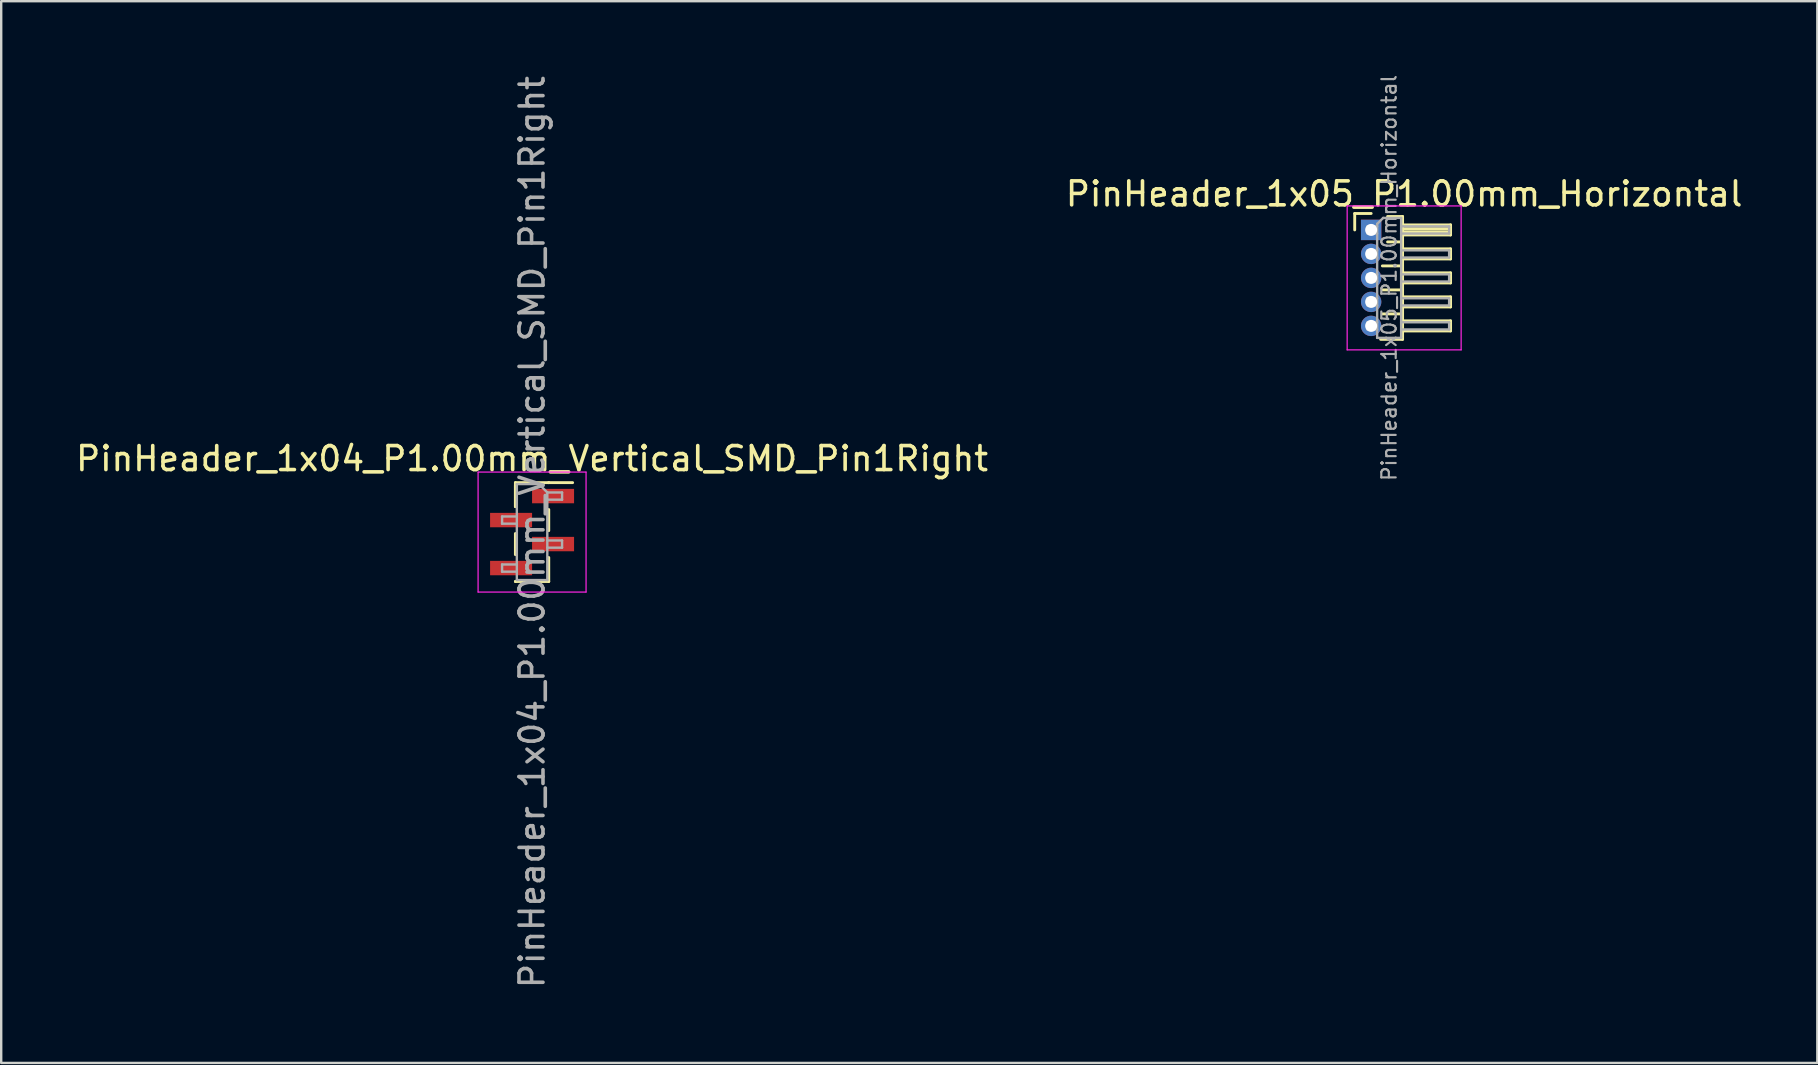
<source format=kicad_pcb>
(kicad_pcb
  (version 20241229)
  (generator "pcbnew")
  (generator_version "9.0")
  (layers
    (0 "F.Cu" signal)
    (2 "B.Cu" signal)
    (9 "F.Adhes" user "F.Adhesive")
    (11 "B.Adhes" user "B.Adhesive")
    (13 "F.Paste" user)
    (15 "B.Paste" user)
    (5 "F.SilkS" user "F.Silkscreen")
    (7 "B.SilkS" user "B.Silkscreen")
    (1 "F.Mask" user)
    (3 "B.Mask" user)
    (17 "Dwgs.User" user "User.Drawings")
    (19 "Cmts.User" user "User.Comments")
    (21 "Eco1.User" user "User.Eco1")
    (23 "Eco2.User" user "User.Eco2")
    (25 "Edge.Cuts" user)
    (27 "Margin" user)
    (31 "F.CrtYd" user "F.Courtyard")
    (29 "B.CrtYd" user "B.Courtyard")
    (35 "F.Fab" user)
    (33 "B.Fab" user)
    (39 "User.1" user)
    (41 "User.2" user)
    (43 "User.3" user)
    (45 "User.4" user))
  (footprint "PinHeader_1x05_P1.00mm_Horizontal"
    (layer "F.Cu")
    (at 54.095 6.532)
    (property "Reference" "PinHeader_1x05_P1.00mm_Horizontal" (at 1.375 -1.5 0) (layer "F.SilkS") (effects (font (size 1 1) (thickness 0.15))))
    (attr through_hole)
    (fp_line (start -0.685 -0.685) (end 0 -0.685) (stroke (width 0.12) (type solid)) (layer "F.SilkS"))
    (fp_line (start -0.685 0) (end -0.685 -0.685) (stroke (width 0.12) (type solid)) (layer "F.SilkS"))
    (fp_line (start 0.468 1.5) (end 1.31 1.5) (stroke (width 0.12) (type solid)) (layer "F.SilkS"))
    (fp_line (start 0.468 2.5) (end 1.31 2.5) (stroke (width 0.12) (type solid)) (layer "F.SilkS"))
    (fp_line (start 0.468 3.5) (end 1.31 3.5) (stroke (width 0.12) (type solid)) (layer "F.SilkS"))
    (fp_line (start 0.685 -0.56) (end 1.31 -0.56) (stroke (width 0.12) (type solid)) (layer "F.SilkS"))
    (fp_line (start 0.685 0.5) (end 1.31 0.5) (stroke (width 0.12) (type solid)) (layer "F.SilkS"))
    (fp_line (start 1.31 -0.56) (end 1.31 4.56) (stroke (width 0.12) (type solid)) (layer "F.SilkS"))
    (fp_line (start 1.31 -0.21) (end 3.31 -0.21) (stroke (width 0.12) (type solid)) (layer "F.SilkS"))
    (fp_line (start 1.31 -0.15) (end 3.31 -0.15) (stroke (width 0.12) (type solid)) (layer "F.SilkS"))
    (fp_line (start 1.31 -0.03) (end 3.31 -0.03) (stroke (width 0.12) (type solid)) (layer "F.SilkS"))
    (fp_line (start 1.31 0.09) (end 3.31 0.09) (stroke (width 0.12) (type solid)) (layer "F.SilkS"))
    (fp_line (start 1.31 0.79) (end 3.31 0.79) (stroke (width 0.12) (type solid)) (layer "F.SilkS"))
    (fp_line (start 1.31 1.79) (end 3.31 1.79) (stroke (width 0.12) (type solid)) (layer "F.SilkS"))
    (fp_line (start 1.31 2.79) (end 3.31 2.79) (stroke (width 0.12) (type solid)) (layer "F.SilkS"))
    (fp_line (start 1.31 3.79) (end 3.31 3.79) (stroke (width 0.12) (type solid)) (layer "F.SilkS"))
    (fp_line (start 1.31 4.56) (end 0.394 4.56) (stroke (width 0.12) (type solid)) (layer "F.SilkS"))
    (fp_line (start 3.31 -0.21) (end 3.31 0.21) (stroke (width 0.12) (type solid)) (layer "F.SilkS"))
    (fp_line (start 3.31 0.21) (end 1.31 0.21) (stroke (width 0.12) (type solid)) (layer "F.SilkS"))
    (fp_line (start 3.31 0.79) (end 3.31 1.21) (stroke (width 0.12) (type solid)) (layer "F.SilkS"))
    (fp_line (start 3.31 1.21) (end 1.31 1.21) (stroke (width 0.12) (type solid)) (layer "F.SilkS"))
    (fp_line (start 3.31 1.79) (end 3.31 2.21) (stroke (width 0.12) (type solid)) (layer "F.SilkS"))
    (fp_line (start 3.31 2.21) (end 1.31 2.21) (stroke (width 0.12) (type solid)) (layer "F.SilkS"))
    (fp_line (start 3.31 2.79) (end 3.31 3.21) (stroke (width 0.12) (type solid)) (layer "F.SilkS"))
    (fp_line (start 3.31 3.21) (end 1.31 3.21) (stroke (width 0.12) (type solid)) (layer "F.SilkS"))
    (fp_line (start 3.31 3.79) (end 3.31 4.21) (stroke (width 0.12) (type solid)) (layer "F.SilkS"))
    (fp_line (start 3.31 4.21) (end 1.31 4.21) (stroke (width 0.12) (type solid)) (layer "F.SilkS"))
    (fp_line (start -1 -1) (end -1 5) (stroke (width 0.05) (type solid)) (layer "F.CrtYd"))
    (fp_line (start -1 5) (end 3.75 5) (stroke (width 0.05) (type solid)) (layer "F.CrtYd"))
    (fp_line (start 3.75 -1) (end -1 -1) (stroke (width 0.05) (type solid)) (layer "F.CrtYd"))
    (fp_line (start 3.75 5) (end 3.75 -1) (stroke (width 0.05) (type solid)) (layer "F.CrtYd"))
    (fp_line (start -0.15 -0.15) (end -0.15 0.15) (stroke (width 0.1) (type solid)) (layer "F.Fab"))
    (fp_line (start -0.15 -0.15) (end 0.25 -0.15) (stroke (width 0.1) (type solid)) (layer "F.Fab"))
    (fp_line (start -0.15 0.15) (end 0.25 0.15) (stroke (width 0.1) (type solid)) (layer "F.Fab"))
    (fp_line (start -0.15 0.85) (end -0.15 1.15) (stroke (width 0.1) (type solid)) (layer "F.Fab"))
    (fp_line (start -0.15 0.85) (end 0.25 0.85) (stroke (width 0.1) (type solid)) (layer "F.Fab"))
    (fp_line (start -0.15 1.15) (end 0.25 1.15) (stroke (width 0.1) (type solid)) (layer "F.Fab"))
    (fp_line (start -0.15 1.85) (end -0.15 2.15) (stroke (width 0.1) (type solid)) (layer "F.Fab"))
    (fp_line (start -0.15 1.85) (end 0.25 1.85) (stroke (width 0.1) (type solid)) (layer "F.Fab"))
    (fp_line (start -0.15 2.15) (end 0.25 2.15) (stroke (width 0.1) (type solid)) (layer "F.Fab"))
    (fp_line (start -0.15 2.85) (end -0.15 3.15) (stroke (width 0.1) (type solid)) (layer "F.Fab"))
    (fp_line (start -0.15 2.85) (end 0.25 2.85) (stroke (width 0.1) (type solid)) (layer "F.Fab"))
    (fp_line (start -0.15 3.15) (end 0.25 3.15) (stroke (width 0.1) (type solid)) (layer "F.Fab"))
    (fp_line (start -0.15 3.85) (end -0.15 4.15) (stroke (width 0.1) (type solid)) (layer "F.Fab"))
    (fp_line (start -0.15 3.85) (end 0.25 3.85) (stroke (width 0.1) (type solid)) (layer "F.Fab"))
    (fp_line (start -0.15 4.15) (end 0.25 4.15) (stroke (width 0.1) (type solid)) (layer "F.Fab"))
    (fp_line (start 0.25 -0.25) (end 0.5 -0.5) (stroke (width 0.1) (type solid)) (layer "F.Fab"))
    (fp_line (start 0.25 4.5) (end 0.25 -0.25) (stroke (width 0.1) (type solid)) (layer "F.Fab"))
    (fp_line (start 0.5 -0.5) (end 1.25 -0.5) (stroke (width 0.1) (type solid)) (layer "F.Fab"))
    (fp_line (start 1.25 -0.5) (end 1.25 4.5) (stroke (width 0.1) (type solid)) (layer "F.Fab"))
    (fp_line (start 1.25 -0.15) (end 3.25 -0.15) (stroke (width 0.1) (type solid)) (layer "F.Fab"))
    (fp_line (start 1.25 0.15) (end 3.25 0.15) (stroke (width 0.1) (type solid)) (layer "F.Fab"))
    (fp_line (start 1.25 0.85) (end 3.25 0.85) (stroke (width 0.1) (type solid)) (layer "F.Fab"))
    (fp_line (start 1.25 1.15) (end 3.25 1.15) (stroke (width 0.1) (type solid)) (layer "F.Fab"))
    (fp_line (start 1.25 1.85) (end 3.25 1.85) (stroke (width 0.1) (type solid)) (layer "F.Fab"))
    (fp_line (start 1.25 2.15) (end 3.25 2.15) (stroke (width 0.1) (type solid)) (layer "F.Fab"))
    (fp_line (start 1.25 2.85) (end 3.25 2.85) (stroke (width 0.1) (type solid)) (layer "F.Fab"))
    (fp_line (start 1.25 3.15) (end 3.25 3.15) (stroke (width 0.1) (type solid)) (layer "F.Fab"))
    (fp_line (start 1.25 3.85) (end 3.25 3.85) (stroke (width 0.1) (type solid)) (layer "F.Fab"))
    (fp_line (start 1.25 4.15) (end 3.25 4.15) (stroke (width 0.1) (type solid)) (layer "F.Fab"))
    (fp_line (start 1.25 4.5) (end 0.25 4.5) (stroke (width 0.1) (type solid)) (layer "F.Fab"))
    (fp_line (start 3.25 -0.15) (end 3.25 0.15) (stroke (width 0.1) (type solid)) (layer "F.Fab"))
    (fp_line (start 3.25 0.85) (end 3.25 1.15) (stroke (width 0.1) (type solid)) (layer "F.Fab"))
    (fp_line (start 3.25 1.85) (end 3.25 2.15) (stroke (width 0.1) (type solid)) (layer "F.Fab"))
    (fp_line (start 3.25 2.85) (end 3.25 3.15) (stroke (width 0.1) (type solid)) (layer "F.Fab"))
    (fp_line (start 3.25 3.85) (end 3.25 4.15) (stroke (width 0.1) (type solid)) (layer "F.Fab"))
    (fp_text user "${REFERENCE}" (at 0.75 2 90) (layer "F.Fab") (effects (font (size 0.6 0.6) (thickness 0.09))))
    (pad "1" thru_hole rect (at 0 0) (size 0.85 0.85) (drill 0.5) (layers "*.Cu" "*.Mask"))
    (pad "2" thru_hole oval (at 0 1) (size 0.85 0.85) (drill 0.5) (layers "*.Cu" "*.Mask"))
    (pad "3" thru_hole oval (at 0 2) (size 0.85 0.85) (drill 0.5) (layers "*.Cu" "*.Mask"))
    (pad "4" thru_hole oval (at 0 3) (size 0.85 0.85) (drill 0.5) (layers "*.Cu" "*.Mask"))
    (pad "5" thru_hole oval (at 0 4) (size 0.85 0.85) (drill 0.5) (layers "*.Cu" "*.Mask")))
  (footprint "PinHeader_1x04_P1.00mm_Vertical_SMD_Pin1Right"
    (layer "F.Cu")
    (at 19.125 19.125)
    (property "Reference" "PinHeader_1x04_P1.00mm_Vertical_SMD_Pin1Right" (at 0 -3.06 0) (layer "F.SilkS") (effects (font (size 1 1) (thickness 0.15))))
    (attr smd)
    (fp_line (start -0.695 -2.06) (end -0.695 -1.06) (stroke (width 0.12) (type solid)) (layer "F.SilkS"))
    (fp_line (start -0.695 -2.06) (end 0.695 -2.06) (stroke (width 0.12) (type solid)) (layer "F.SilkS"))
    (fp_line (start -0.695 -1.94) (end -0.695 -1.06) (stroke (width 0.12) (type solid)) (layer "F.SilkS"))
    (fp_line (start -0.695 0.06) (end -0.695 0.94) (stroke (width 0.12) (type solid)) (layer "F.SilkS"))
    (fp_line (start -0.695 2.06) (end -0.695 2.06) (stroke (width 0.12) (type solid)) (layer "F.SilkS"))
    (fp_line (start -0.695 2.06) (end 0.695 2.06) (stroke (width 0.12) (type solid)) (layer "F.SilkS"))
    (fp_line (start 0.695 -2.06) (end 0.695 -2.06) (stroke (width 0.12) (type solid)) (layer "F.SilkS"))
    (fp_line (start 0.695 -2.06) (end 1.69 -2.06) (stroke (width 0.12) (type solid)) (layer "F.SilkS"))
    (fp_line (start 0.695 -0.94) (end 0.695 -0.06) (stroke (width 0.12) (type solid)) (layer "F.SilkS"))
    (fp_line (start 0.695 1.06) (end 0.695 2.06) (stroke (width 0.12) (type solid)) (layer "F.SilkS"))
    (fp_line (start -2.25 -2.5) (end -2.25 2.5) (stroke (width 0.05) (type solid)) (layer "F.CrtYd"))
    (fp_line (start -2.25 2.5) (end 2.25 2.5) (stroke (width 0.05) (type solid)) (layer "F.CrtYd"))
    (fp_line (start 2.25 -2.5) (end -2.25 -2.5) (stroke (width 0.05) (type solid)) (layer "F.CrtYd"))
    (fp_line (start 2.25 2.5) (end 2.25 -2.5) (stroke (width 0.05) (type solid)) (layer "F.CrtYd"))
    (fp_line (start -1.25 -0.65) (end -1.25 -0.35) (stroke (width 0.1) (type solid)) (layer "F.Fab"))
    (fp_line (start -1.25 -0.35) (end -0.635 -0.35) (stroke (width 0.1) (type solid)) (layer "F.Fab"))
    (fp_line (start -1.25 1.35) (end -1.25 1.65) (stroke (width 0.1) (type solid)) (layer "F.Fab"))
    (fp_line (start -1.25 1.65) (end -0.635 1.65) (stroke (width 0.1) (type solid)) (layer "F.Fab"))
    (fp_line (start -0.635 -2) (end -0.635 2) (stroke (width 0.1) (type solid)) (layer "F.Fab"))
    (fp_line (start -0.635 -2) (end 0.285 -2) (stroke (width 0.1) (type solid)) (layer "F.Fab"))
    (fp_line (start -0.635 -0.65) (end -1.25 -0.65) (stroke (width 0.1) (type solid)) (layer "F.Fab"))
    (fp_line (start -0.635 1.35) (end -1.25 1.35) (stroke (width 0.1) (type solid)) (layer "F.Fab"))
    (fp_line (start 0.635 -1.65) (end 0.285 -2) (stroke (width 0.1) (type solid)) (layer "F.Fab"))
    (fp_line (start 0.635 -1.65) (end 1.25 -1.65) (stroke (width 0.1) (type solid)) (layer "F.Fab"))
    (fp_line (start 0.635 0.35) (end 1.25 0.35) (stroke (width 0.1) (type solid)) (layer "F.Fab"))
    (fp_line (start 0.635 2) (end -0.635 2) (stroke (width 0.1) (type solid)) (layer "F.Fab"))
    (fp_line (start 0.635 2) (end 0.635 -1.65) (stroke (width 0.1) (type solid)) (layer "F.Fab"))
    (fp_line (start 1.25 -1.65) (end 1.25 -1.35) (stroke (width 0.1) (type solid)) (layer "F.Fab"))
    (fp_line (start 1.25 -1.35) (end 0.635 -1.35) (stroke (width 0.1) (type solid)) (layer "F.Fab"))
    (fp_line (start 1.25 0.35) (end 1.25 0.65) (stroke (width 0.1) (type solid)) (layer "F.Fab"))
    (fp_line (start 1.25 0.65) (end 0.635 0.65) (stroke (width 0.1) (type solid)) (layer "F.Fab"))
    (fp_text user "${REFERENCE}" (at 0 0 90) (layer "F.Fab") (effects (font (size 1 1) (thickness 0.15))))
    (pad "1" smd rect (at 0.875 -1.5) (size 1.75 0.6) (layers "F.Cu" "F.Mask" "F.Paste"))
    (pad "2" smd rect (at -0.875 -0.5) (size 1.75 0.6) (layers "F.Cu" "F.Mask" "F.Paste"))
    (pad "3" smd rect (at 0.875 0.5) (size 1.75 0.6) (layers "F.Cu" "F.Mask" "F.Paste"))
    (pad "4" smd rect (at -0.875 1.5) (size 1.75 0.6) (layers "F.Cu" "F.Mask" "F.Paste")))
  (gr_rect
    (start -3 -3)
    (end 72.69 41.25)
    (stroke (width 0.1) (type default))
    (fill no)
    (layer "Edge.Cuts")))
</source>
